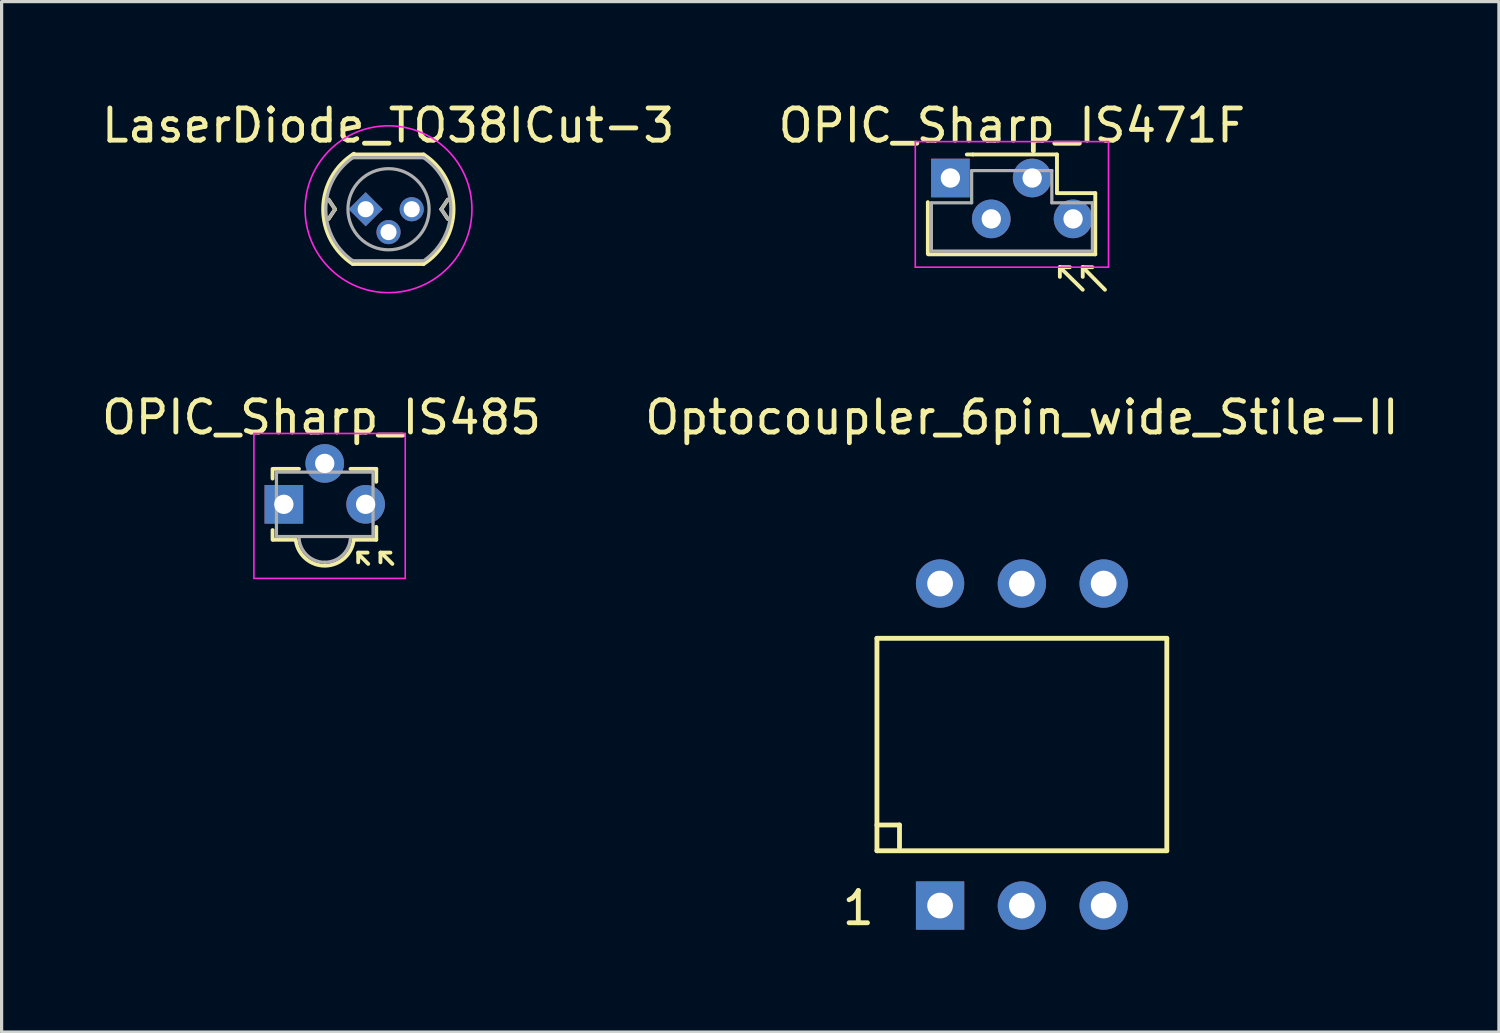
<source format=kicad_pcb>
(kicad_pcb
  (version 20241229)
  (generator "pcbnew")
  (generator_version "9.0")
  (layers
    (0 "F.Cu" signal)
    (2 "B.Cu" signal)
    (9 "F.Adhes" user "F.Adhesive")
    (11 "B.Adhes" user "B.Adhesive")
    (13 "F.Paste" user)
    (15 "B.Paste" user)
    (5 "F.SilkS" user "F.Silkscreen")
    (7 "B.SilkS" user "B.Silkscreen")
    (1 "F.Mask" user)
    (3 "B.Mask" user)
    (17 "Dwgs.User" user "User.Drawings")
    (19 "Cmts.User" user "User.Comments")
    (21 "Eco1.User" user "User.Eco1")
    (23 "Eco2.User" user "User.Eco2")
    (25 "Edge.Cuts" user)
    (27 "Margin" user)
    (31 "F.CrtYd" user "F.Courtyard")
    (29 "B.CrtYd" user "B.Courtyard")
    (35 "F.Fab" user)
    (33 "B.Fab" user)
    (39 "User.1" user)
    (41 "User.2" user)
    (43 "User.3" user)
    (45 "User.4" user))
  (footprint "OPIC_Sharp_IS471F"
    (layer "F.Cu")
    (at 26.465 2.478)
    (property "Reference" "OPIC_Sharp_IS471F" (at 1.91 -1.63 0) (layer "F.SilkS") (effects (font (size 1 1) (thickness 0.15))))
    (attr through_hole)
    (fp_line (start -0.7 2.35) (end -0.7 0.75) (stroke (width 0.12) (type solid)) (layer "F.SilkS"))
    (fp_line (start -0.69 2.37) (end 4.5 2.37) (stroke (width 0.12) (type solid)) (layer "F.SilkS"))
    (fp_line (start 0.7 -0.73) (end 0.51 -0.73) (stroke (width 0.12) (type solid)) (layer "F.SilkS"))
    (fp_line (start 3.31 -0.73) (end 0.7 -0.73) (stroke (width 0.12) (type solid)) (layer "F.SilkS"))
    (fp_line (start 3.31 0.47) (end 3.31 -0.73) (stroke (width 0.12) (type solid)) (layer "F.SilkS"))
    (fp_line (start 3.4 2.77) (end 3.4 3.07) (stroke (width 0.12) (type solid)) (layer "F.SilkS"))
    (fp_line (start 3.4 2.77) (end 3.71 2.77) (stroke (width 0.12) (type solid)) (layer "F.SilkS"))
    (fp_line (start 3.4 2.77) (end 4.11 3.47) (stroke (width 0.12) (type solid)) (layer "F.SilkS"))
    (fp_line (start 4.11 2.77) (end 4.11 3.07) (stroke (width 0.12) (type solid)) (layer "F.SilkS"))
    (fp_line (start 4.11 2.77) (end 4.41 2.77) (stroke (width 0.12) (type solid)) (layer "F.SilkS"))
    (fp_line (start 4.11 2.77) (end 4.8 3.47) (stroke (width 0.12) (type solid)) (layer "F.SilkS"))
    (fp_line (start 4.5 0.47) (end 3.31 0.47) (stroke (width 0.12) (type solid)) (layer "F.SilkS"))
    (fp_line (start 4.5 2.37) (end 4.5 0.47) (stroke (width 0.12) (type solid)) (layer "F.SilkS"))
    (fp_line (start -1.09 -1.13) (end -1.09 2.77) (stroke (width 0.05) (type solid)) (layer "F.CrtYd"))
    (fp_line (start -1.09 2.77) (end 4.91 2.77) (stroke (width 0.05) (type solid)) (layer "F.CrtYd"))
    (fp_line (start 4.91 -1.13) (end -1.09 -1.13) (stroke (width 0.05) (type solid)) (layer "F.CrtYd"))
    (fp_line (start 4.91 2.77) (end 4.91 -1.13) (stroke (width 0.05) (type solid)) (layer "F.CrtYd"))
    (fp_line (start -0.59 0.77) (end -0.59 2.27) (stroke (width 0.1) (type solid)) (layer "F.Fab"))
    (fp_line (start -0.59 2.27) (end 4.41 2.27) (stroke (width 0.1) (type solid)) (layer "F.Fab"))
    (fp_line (start 0.66 -0.23) (end 0.66 0.77) (stroke (width 0.1) (type solid)) (layer "F.Fab"))
    (fp_line (start 0.66 0.77) (end -0.59 0.77) (stroke (width 0.1) (type solid)) (layer "F.Fab"))
    (fp_line (start 3.15 -0.23) (end 0.66 -0.23) (stroke (width 0.1) (type solid)) (layer "F.Fab"))
    (fp_line (start 3.15 0.77) (end 3.15 -0.23) (stroke (width 0.1) (type solid)) (layer "F.Fab"))
    (fp_line (start 4.41 0.77) (end 3.15 0.77) (stroke (width 0.1) (type solid)) (layer "F.Fab"))
    (fp_line (start 4.41 2.27) (end 4.41 0.77) (stroke (width 0.1) (type solid)) (layer "F.Fab"))
    (pad "1" thru_hole rect (at 0 0) (size 1.2 1.2) (drill 0.6) (layers "*.Cu" "*.Mask"))
    (pad "2" thru_hole circle (at 1.27 1.27) (size 1.2 1.2) (drill 0.6) (layers "*.Cu" "*.Mask"))
    (pad "3" thru_hole circle (at 2.54 0) (size 1.2 1.2) (drill 0.6) (layers "*.Cu" "*.Mask"))
    (pad "4" thru_hole circle (at 3.81 1.27) (size 1.2 1.2) (drill 0.6) (layers "*.Cu" "*.Mask")))
  (footprint "LaserDiode_TO38ICut-3"
    (layer "F.Cu")
    (at 8.306 3.448)
    (property "Reference" "LaserDiode_TO38ICut-3" (at 0.7 -2.6 0) (layer "F.SilkS") (effects (font (size 1 1) (thickness 0.15))))
    (attr through_hole)
    (fp_line (start -1.15 -0.3) (end -0.95 0) (stroke (width 0.12) (type solid)) (layer "F.SilkS"))
    (fp_line (start -0.95 0) (end -1.15 0.3) (stroke (width 0.12) (type solid)) (layer "F.SilkS"))
    (fp_line (start -0.4 1.7) (end 1.8 1.7) (stroke (width 0.12) (type solid)) (layer "F.SilkS"))
    (fp_line (start 1.8 -1.7) (end -0.4 -1.7) (stroke (width 0.12) (type solid)) (layer "F.SilkS"))
    (fp_line (start 2.35 0) (end 2.55 0.3) (stroke (width 0.12) (type solid)) (layer "F.SilkS"))
    (fp_line (start 2.55 -0.3) (end 2.35 0) (stroke (width 0.12) (type solid)) (layer "F.SilkS"))
    (fp_arc (start -0.4 1.7) (mid -1.320168 -0.022755) (end -0.361617 -1.724453) (stroke (width 0.12) (type solid)) (layer "F.SilkS"))
    (fp_arc (start 1.8 -1.7) (mid 2.729422 0.005888) (end 1.790069 1.706327) (stroke (width 0.12) (type solid)) (layer "F.SilkS"))
    (fp_circle (center 0.71 0) (end 3.1 1) (stroke (width 0.05) (type solid)) (fill no) (layer "F.CrtYd"))
    (fp_line (start -1.15 -0.3) (end -0.95 0) (stroke (width 0.1) (type solid)) (layer "F.Fab"))
    (fp_line (start -0.95 0) (end -1.15 0.3) (stroke (width 0.1) (type solid)) (layer "F.Fab"))
    (fp_line (start -0.4 1.6) (end 1.8 1.6) (stroke (width 0.1) (type solid)) (layer "F.Fab"))
    (fp_line (start 1.8 -1.6) (end -0.4 -1.6) (stroke (width 0.1) (type solid)) (layer "F.Fab"))
    (fp_line (start 2.35 0) (end 2.55 0.3) (stroke (width 0.1) (type solid)) (layer "F.Fab"))
    (fp_line (start 2.55 -0.3) (end 2.35 0) (stroke (width 0.1) (type solid)) (layer "F.Fab"))
    (fp_arc (start -0.4 1.6) (mid -1.237313 0.008464) (end -0.413866 -1.590291) (stroke (width 0.1) (type solid)) (layer "F.Fab"))
    (fp_arc (start 1.8 -1.6) (mid 2.645842 -0.024847) (end 1.840706 1.571497) (stroke (width 0.1) (type solid)) (layer "F.Fab"))
    (fp_circle (center 0.71 0) (end 1.97 0) (stroke (width 0.1) (type solid)) (fill no) (layer "F.Fab"))
    (pad "1" thru_hole rect (at 0 0 45) (size 0.75 0.75) (drill 0.5) (layers "*.Cu" "*.Mask"))
    (pad "2" thru_hole circle (at 0.71 0.71) (size 0.75 0.75) (drill 0.5) (layers "*.Cu" "*.Mask"))
    (pad "3" thru_hole circle (at 1.43 0) (size 0.75 0.75) (drill 0.5) (layers "*.Cu" "*.Mask")))
  (footprint "Optocoupler_6pin_wide_Stile-II"
    (layer "F.Cu")
    (at 28.685 20.072)
    (property "Reference" "Optocoupler_6pin_wide_Stile-II" (at 0 -10.16 0) (layer "F.SilkS") (effects (font (size 1 1) (thickness 0.15))))
    (attr through_hole)
    (fp_line (start -4.501 -3.299) (end 4.501 -3.299) (stroke (width 0.15) (type solid)) (layer "F.SilkS"))
    (fp_line (start -4.501 2.499) (end -3.8 2.499) (stroke (width 0.15) (type solid)) (layer "F.SilkS"))
    (fp_line (start -4.501 3.299) (end -4.501 -3.299) (stroke (width 0.15) (type solid)) (layer "F.SilkS"))
    (fp_line (start -3.8 2.499) (end -3.8 3.2) (stroke (width 0.15) (type solid)) (layer "F.SilkS"))
    (fp_line (start 4.501 -3.299) (end 4.501 3.299) (stroke (width 0.15) (type solid)) (layer "F.SilkS"))
    (fp_line (start 4.501 3.299) (end -4.501 3.299) (stroke (width 0.15) (type solid)) (layer "F.SilkS"))
    (fp_text user "1" (at -5.08 5.08 0) (layer "F.SilkS") (effects (font (size 1 1) (thickness 0.15))))
    (pad "1" thru_hole rect (at -2.54 5.001) (size 1.501 1.501) (drill 0.8) (layers "*.Cu" "*.Mask"))
    (pad "2" thru_hole circle (at 0 5.001) (size 1.501 1.501) (drill 0.8) (layers "*.Cu" "*.Mask"))
    (pad "3" thru_hole circle (at 2.54 5.001) (size 1.501 1.501) (drill 0.8) (layers "*.Cu" "*.Mask"))
    (pad "4" thru_hole circle (at 2.54 -4.999) (size 1.501 1.501) (drill 0.8) (layers "*.Cu" "*.Mask"))
    (pad "5" thru_hole circle (at 0 -4.999) (size 1.501 1.501) (drill 0.8) (layers "*.Cu" "*.Mask"))
    (pad "6" thru_hole circle (at -2.54 -4.999) (size 1.501 1.501) (drill 0.8) (layers "*.Cu" "*.Mask")))
  (footprint "OPIC_Sharp_IS485"
    (layer "F.Cu")
    (at 5.765 12.612)
    (property "Reference" "OPIC_Sharp_IS485" (at 1.17 -2.7 0) (layer "F.SilkS") (effects (font (size 1 1) (thickness 0.15))))
    (attr through_hole)
    (fp_line (start -0.35 -1.1) (end -0.35 -0.8) (stroke (width 0.12) (type solid)) (layer "F.SilkS"))
    (fp_line (start -0.35 1.1) (end -0.35 0.8) (stroke (width 0.12) (type solid)) (layer "F.SilkS"))
    (fp_line (start -0.33 1.1) (end 0.37 1.1) (stroke (width 0.12) (type solid)) (layer "F.SilkS"))
    (fp_line (start 0.47 -1.1) (end -0.33 -1.1) (stroke (width 0.12) (type solid)) (layer "F.SilkS"))
    (fp_line (start 2.07 -1.1) (end 2.87 -1.1) (stroke (width 0.12) (type solid)) (layer "F.SilkS"))
    (fp_line (start 2.17 1.1) (end 2.87 1.1) (stroke (width 0.12) (type solid)) (layer "F.SilkS"))
    (fp_line (start 2.31 1.5) (end 2.31 1.8) (stroke (width 0.12) (type solid)) (layer "F.SilkS"))
    (fp_line (start 2.31 1.5) (end 2.6 1.5) (stroke (width 0.12) (type solid)) (layer "F.SilkS"))
    (fp_line (start 2.32 1.55) (end 2.62 1.85) (stroke (width 0.12) (type solid)) (layer "F.SilkS"))
    (fp_line (start 2.87 -0.7) (end 2.87 -1.1) (stroke (width 0.12) (type solid)) (layer "F.SilkS"))
    (fp_line (start 2.87 1.1) (end 2.87 0.7) (stroke (width 0.12) (type solid)) (layer "F.SilkS"))
    (fp_line (start 3 1.5) (end 3 1.8) (stroke (width 0.12) (type solid)) (layer "F.SilkS"))
    (fp_line (start 3 1.5) (end 3.31 1.5) (stroke (width 0.12) (type solid)) (layer "F.SilkS"))
    (fp_line (start 3.07 1.55) (end 3.37 1.85) (stroke (width 0.12) (type solid)) (layer "F.SilkS"))
    (fp_arc (start 2.17 1.1) (mid 1.288329 1.905353) (end 0.374785 1.136345) (stroke (width 0.12) (type solid)) (layer "F.SilkS"))
    (fp_line (start -0.93 -2.2) (end 3.77 -2.2) (stroke (width 0.05) (type solid)) (layer "F.CrtYd"))
    (fp_line (start -0.93 2.3) (end -0.93 -2.2) (stroke (width 0.05) (type solid)) (layer "F.CrtYd"))
    (fp_line (start 3.77 -2.2) (end 3.77 2.3) (stroke (width 0.05) (type solid)) (layer "F.CrtYd"))
    (fp_line (start 3.77 2.3) (end -0.93 2.3) (stroke (width 0.05) (type solid)) (layer "F.CrtYd"))
    (fp_line (start -0.23 -1) (end -0.23 1) (stroke (width 0.1) (type solid)) (layer "F.Fab"))
    (fp_line (start -0.23 1) (end 2.77 1) (stroke (width 0.1) (type solid)) (layer "F.Fab"))
    (fp_line (start 2.77 -1) (end -0.23 -1) (stroke (width 0.1) (type solid)) (layer "F.Fab"))
    (fp_line (start 2.77 1) (end 2.77 -1) (stroke (width 0.1) (type solid)) (layer "F.Fab"))
    (fp_arc (start 1.27 1.8) (mid 0.704315 1.565685) (end 0.47 1) (stroke (width 0.1) (type solid)) (layer "F.Fab"))
    (fp_arc (start 2.07 1) (mid 1.835685 1.565685) (end 1.27 1.8) (stroke (width 0.1) (type solid)) (layer "F.Fab"))
    (pad "1" thru_hole rect (at 0 0) (size 1.2 1.2) (drill 0.6) (layers "*.Cu" "*.Mask"))
    (pad "2" thru_hole circle (at 1.27 -1.27) (size 1.2 1.2) (drill 0.6) (layers "*.Cu" "*.Mask"))
    (pad "3" thru_hole circle (at 2.54 0) (size 1.2 1.2) (drill 0.6) (layers "*.Cu" "*.Mask")))
  (gr_rect
    (start -3 -3)
    (end 43.5 29.001)
    (stroke (width 0.1) (type default))
    (fill no)
    (layer "Edge.Cuts")))
</source>
